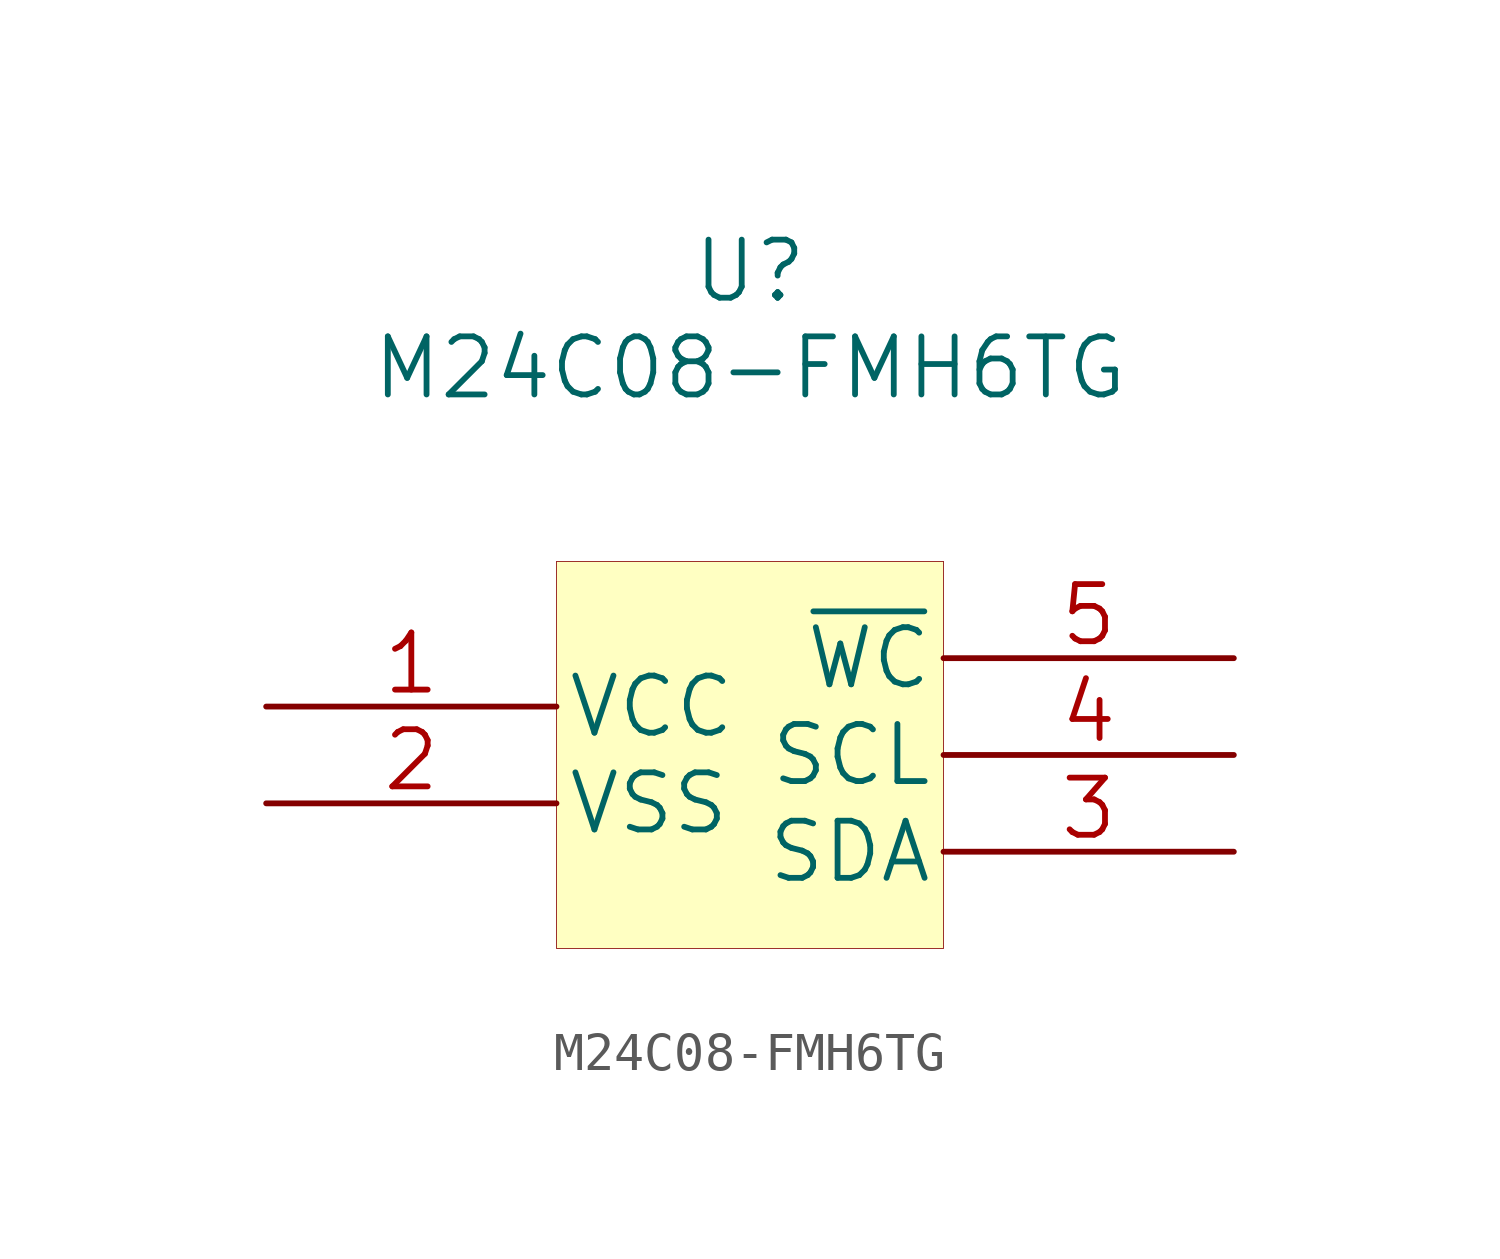
<source format=kicad_sym>
(kicad_symbol_lib
  (version 20201005)
  (generator kicad_symbol_editor)
  (symbol "M24C08-FMH6TG:M24C08-FMH6TG"
    (pin_names
      (offset 0.254))
    (property "Reference" "U"
      (at 0 12.7 0)
      (effects (font (size 1.524 1.524))))
    (property "Value" "M24C08-FMH6TG"
      (at 0 10.16 0)
      (effects (font (size 1.524 1.524))))
    (property "Datasheet" ""
      (at -12.7 1.27 0)
      (effects (font (size 1.524 1.524))))
    (symbol "M24C08-FMH6TG_1_1"
      (rectangle (start -5.08 5.08) (end 5.08 -5.08) (stroke (width 0.001)) (fill (type background)))
      (pin power_in line (at -12.7 1.27 0) (length 7.62) (name "VCC" (effects (font (size 1.499 1.499)))) (number "1" (effects (font (size 1.499 1.499)))))
      (pin power_in line (at -12.7 -1.27 0) (length 7.62) (name "VSS" (effects (font (size 1.499 1.499)))) (number "2" (effects (font (size 1.499 1.499)))))
      (pin bidirectional line (at 12.7 -2.54 180) (length 7.62) (name "SDA" (effects (font (size 1.499 1.499)))) (number "3" (effects (font (size 1.499 1.499)))))
      (pin input line (at 12.7 0 180) (length 7.62) (name "SCL" (effects (font (size 1.499 1.499)))) (number "4" (effects (font (size 1.499 1.499)))))
      (pin input line (at 12.7 2.54 180) (length 7.62) (name "~WC" (effects (font (size 1.499 1.499)))) (number "5" (effects (font (size 1.499 1.499))))))))
</source>
